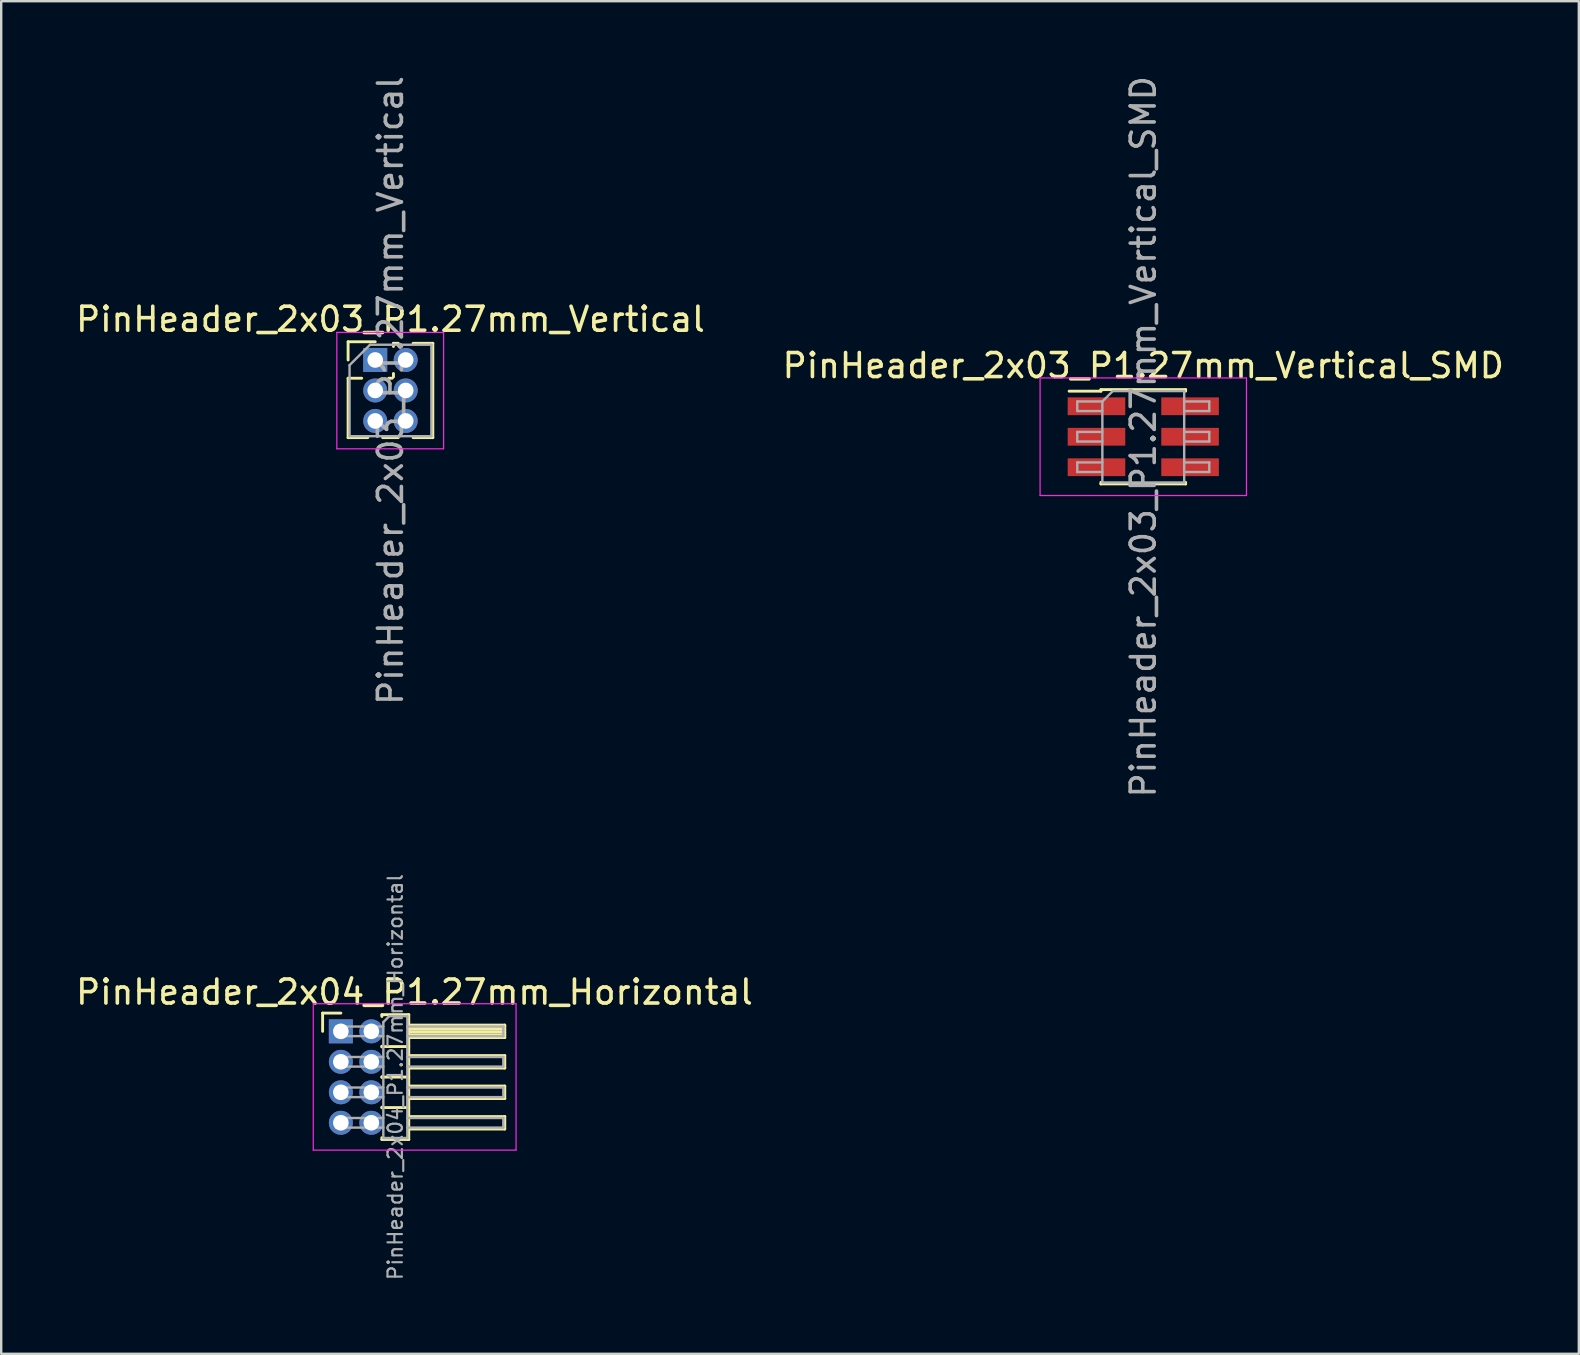
<source format=kicad_pcb>
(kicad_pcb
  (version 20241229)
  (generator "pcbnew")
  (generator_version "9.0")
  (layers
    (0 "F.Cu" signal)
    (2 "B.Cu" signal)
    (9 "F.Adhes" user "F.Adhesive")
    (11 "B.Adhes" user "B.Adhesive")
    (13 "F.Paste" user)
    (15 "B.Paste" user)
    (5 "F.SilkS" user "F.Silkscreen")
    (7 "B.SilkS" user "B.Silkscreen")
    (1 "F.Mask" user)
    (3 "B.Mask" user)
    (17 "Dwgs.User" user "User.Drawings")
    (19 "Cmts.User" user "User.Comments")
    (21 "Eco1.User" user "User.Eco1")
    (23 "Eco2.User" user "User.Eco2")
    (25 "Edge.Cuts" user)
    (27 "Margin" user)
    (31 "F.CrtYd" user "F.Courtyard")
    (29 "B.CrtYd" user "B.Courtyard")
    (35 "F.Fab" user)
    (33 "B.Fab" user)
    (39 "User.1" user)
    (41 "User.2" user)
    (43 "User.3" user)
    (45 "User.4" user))
  (footprint "PinHeader_2x03_P1.27mm_Vertical_SMD"
    (layer "F.Cu")
    (at 44.589 15.149)
    (property "Reference" "PinHeader_2x03_P1.27mm_Vertical_SMD" (at 0 -2.965 0) (layer "F.SilkS") (effects (font (size 1 1) (thickness 0.15))))
    (attr smd)
    (fp_line (start -3.09 -1.9) (end -1.765 -1.9) (stroke (width 0.12) (type solid)) (layer "F.SilkS"))
    (fp_line (start -1.765 -1.965) (end -1.765 -1.9) (stroke (width 0.12) (type solid)) (layer "F.SilkS"))
    (fp_line (start -1.765 -1.965) (end 1.765 -1.965) (stroke (width 0.12) (type solid)) (layer "F.SilkS"))
    (fp_line (start -1.765 1.9) (end -1.765 1.965) (stroke (width 0.12) (type solid)) (layer "F.SilkS"))
    (fp_line (start -1.765 1.965) (end 1.765 1.965) (stroke (width 0.12) (type solid)) (layer "F.SilkS"))
    (fp_line (start 1.765 -1.965) (end 1.765 -1.9) (stroke (width 0.12) (type solid)) (layer "F.SilkS"))
    (fp_line (start 1.765 1.9) (end 1.765 1.965) (stroke (width 0.12) (type solid)) (layer "F.SilkS"))
    (fp_line (start -4.3 -2.45) (end -4.3 2.45) (stroke (width 0.05) (type solid)) (layer "F.CrtYd"))
    (fp_line (start -4.3 2.45) (end 4.3 2.45) (stroke (width 0.05) (type solid)) (layer "F.CrtYd"))
    (fp_line (start 4.3 -2.45) (end -4.3 -2.45) (stroke (width 0.05) (type solid)) (layer "F.CrtYd"))
    (fp_line (start 4.3 2.45) (end 4.3 -2.45) (stroke (width 0.05) (type solid)) (layer "F.CrtYd"))
    (fp_line (start -2.75 -1.47) (end -2.75 -1.07) (stroke (width 0.1) (type solid)) (layer "F.Fab"))
    (fp_line (start -2.75 -1.07) (end -1.705 -1.07) (stroke (width 0.1) (type solid)) (layer "F.Fab"))
    (fp_line (start -2.75 -0.2) (end -2.75 0.2) (stroke (width 0.1) (type solid)) (layer "F.Fab"))
    (fp_line (start -2.75 0.2) (end -1.705 0.2) (stroke (width 0.1) (type solid)) (layer "F.Fab"))
    (fp_line (start -2.75 1.07) (end -2.75 1.47) (stroke (width 0.1) (type solid)) (layer "F.Fab"))
    (fp_line (start -2.75 1.47) (end -1.705 1.47) (stroke (width 0.1) (type solid)) (layer "F.Fab"))
    (fp_line (start -1.705 -1.47) (end -2.75 -1.47) (stroke (width 0.1) (type solid)) (layer "F.Fab"))
    (fp_line (start -1.705 -1.47) (end -1.27 -1.905) (stroke (width 0.1) (type solid)) (layer "F.Fab"))
    (fp_line (start -1.705 -0.2) (end -2.75 -0.2) (stroke (width 0.1) (type solid)) (layer "F.Fab"))
    (fp_line (start -1.705 1.07) (end -2.75 1.07) (stroke (width 0.1) (type solid)) (layer "F.Fab"))
    (fp_line (start -1.705 1.905) (end -1.705 -1.47) (stroke (width 0.1) (type solid)) (layer "F.Fab"))
    (fp_line (start -1.27 -1.905) (end 1.705 -1.905) (stroke (width 0.1) (type solid)) (layer "F.Fab"))
    (fp_line (start 1.705 -1.905) (end 1.705 1.905) (stroke (width 0.1) (type solid)) (layer "F.Fab"))
    (fp_line (start 1.705 -1.47) (end 2.75 -1.47) (stroke (width 0.1) (type solid)) (layer "F.Fab"))
    (fp_line (start 1.705 -0.2) (end 2.75 -0.2) (stroke (width 0.1) (type solid)) (layer "F.Fab"))
    (fp_line (start 1.705 1.07) (end 2.75 1.07) (stroke (width 0.1) (type solid)) (layer "F.Fab"))
    (fp_line (start 1.705 1.905) (end -1.705 1.905) (stroke (width 0.1) (type solid)) (layer "F.Fab"))
    (fp_line (start 2.75 -1.47) (end 2.75 -1.07) (stroke (width 0.1) (type solid)) (layer "F.Fab"))
    (fp_line (start 2.75 -1.07) (end 1.705 -1.07) (stroke (width 0.1) (type solid)) (layer "F.Fab"))
    (fp_line (start 2.75 -0.2) (end 2.75 0.2) (stroke (width 0.1) (type solid)) (layer "F.Fab"))
    (fp_line (start 2.75 0.2) (end 1.705 0.2) (stroke (width 0.1) (type solid)) (layer "F.Fab"))
    (fp_line (start 2.75 1.07) (end 2.75 1.47) (stroke (width 0.1) (type solid)) (layer "F.Fab"))
    (fp_line (start 2.75 1.47) (end 1.705 1.47) (stroke (width 0.1) (type solid)) (layer "F.Fab"))
    (fp_text user "${REFERENCE}" (at 0 0 90) (layer "F.Fab") (effects (font (size 1 1) (thickness 0.15))))
    (pad "1" smd rect (at -1.95 -1.27) (size 2.4 0.74) (layers "F.Cu" "F.Mask" "F.Paste"))
    (pad "2" smd rect (at 1.95 -1.27) (size 2.4 0.74) (layers "F.Cu" "F.Mask" "F.Paste"))
    (pad "3" smd rect (at -1.95 0) (size 2.4 0.74) (layers "F.Cu" "F.Mask" "F.Paste"))
    (pad "4" smd rect (at 1.95 0) (size 2.4 0.74) (layers "F.Cu" "F.Mask" "F.Paste"))
    (pad "5" smd rect (at -1.95 1.27) (size 2.4 0.74) (layers "F.Cu" "F.Mask" "F.Paste"))
    (pad "6" smd rect (at 1.95 1.27) (size 2.4 0.74) (layers "F.Cu" "F.Mask" "F.Paste")))
  (footprint "PinHeader_2x04_P1.27mm_Horizontal"
    (layer "F.Cu")
    (at 11.153 39.925)
    (property "Reference" "PinHeader_2x04_P1.27mm_Horizontal" (at 3.067 -1.635 0) (layer "F.SilkS") (effects (font (size 1 1) (thickness 0.15))))
    (attr through_hole)
    (fp_line (start -0.76 -0.76) (end 0 -0.76) (stroke (width 0.12) (type solid)) (layer "F.SilkS"))
    (fp_line (start -0.76 0) (end -0.76 -0.76) (stroke (width 0.12) (type solid)) (layer "F.SilkS"))
    (fp_line (start 1.71 -0.695) (end 2.83 -0.695) (stroke (width 0.12) (type solid)) (layer "F.SilkS"))
    (fp_line (start 1.71 -0.62) (end 1.71 -0.695) (stroke (width 0.12) (type solid)) (layer "F.SilkS"))
    (fp_line (start 1.71 0.62) (end 1.71 0.65) (stroke (width 0.12) (type solid)) (layer "F.SilkS"))
    (fp_line (start 1.71 0.635) (end 2.83 0.635) (stroke (width 0.12) (type solid)) (layer "F.SilkS"))
    (fp_line (start 1.71 1.89) (end 1.71 1.92) (stroke (width 0.12) (type solid)) (layer "F.SilkS"))
    (fp_line (start 1.71 1.905) (end 2.83 1.905) (stroke (width 0.12) (type solid)) (layer "F.SilkS"))
    (fp_line (start 1.71 3.16) (end 1.71 3.19) (stroke (width 0.12) (type solid)) (layer "F.SilkS"))
    (fp_line (start 1.71 3.175) (end 2.83 3.175) (stroke (width 0.12) (type solid)) (layer "F.SilkS"))
    (fp_line (start 1.71 4.505) (end 1.71 4.43) (stroke (width 0.12) (type solid)) (layer "F.SilkS"))
    (fp_line (start 2.83 -0.695) (end 2.83 4.505) (stroke (width 0.12) (type solid)) (layer "F.SilkS"))
    (fp_line (start 2.83 -0.26) (end 6.83 -0.26) (stroke (width 0.12) (type solid)) (layer "F.SilkS"))
    (fp_line (start 2.83 -0.2) (end 6.83 -0.2) (stroke (width 0.12) (type solid)) (layer "F.SilkS"))
    (fp_line (start 2.83 -0.08) (end 6.83 -0.08) (stroke (width 0.12) (type solid)) (layer "F.SilkS"))
    (fp_line (start 2.83 0.04) (end 6.83 0.04) (stroke (width 0.12) (type solid)) (layer "F.SilkS"))
    (fp_line (start 2.83 0.16) (end 6.83 0.16) (stroke (width 0.12) (type solid)) (layer "F.SilkS"))
    (fp_line (start 2.83 1.01) (end 6.83 1.01) (stroke (width 0.12) (type solid)) (layer "F.SilkS"))
    (fp_line (start 2.83 2.28) (end 6.83 2.28) (stroke (width 0.12) (type solid)) (layer "F.SilkS"))
    (fp_line (start 2.83 3.55) (end 6.83 3.55) (stroke (width 0.12) (type solid)) (layer "F.SilkS"))
    (fp_line (start 2.83 4.505) (end 1.71 4.505) (stroke (width 0.12) (type solid)) (layer "F.SilkS"))
    (fp_line (start 6.83 -0.26) (end 6.83 0.26) (stroke (width 0.12) (type solid)) (layer "F.SilkS"))
    (fp_line (start 6.83 0.26) (end 2.83 0.26) (stroke (width 0.12) (type solid)) (layer "F.SilkS"))
    (fp_line (start 6.83 1.01) (end 6.83 1.53) (stroke (width 0.12) (type solid)) (layer "F.SilkS"))
    (fp_line (start 6.83 1.53) (end 2.83 1.53) (stroke (width 0.12) (type solid)) (layer "F.SilkS"))
    (fp_line (start 6.83 2.28) (end 6.83 2.8) (stroke (width 0.12) (type solid)) (layer "F.SilkS"))
    (fp_line (start 6.83 2.8) (end 2.83 2.8) (stroke (width 0.12) (type solid)) (layer "F.SilkS"))
    (fp_line (start 6.83 3.55) (end 6.83 4.07) (stroke (width 0.12) (type solid)) (layer "F.SilkS"))
    (fp_line (start 6.83 4.07) (end 2.83 4.07) (stroke (width 0.12) (type solid)) (layer "F.SilkS"))
    (fp_line (start -1.15 -1.15) (end -1.15 4.95) (stroke (width 0.05) (type solid)) (layer "F.CrtYd"))
    (fp_line (start -1.15 4.95) (end 7.3 4.95) (stroke (width 0.05) (type solid)) (layer "F.CrtYd"))
    (fp_line (start 7.3 -1.15) (end -1.15 -1.15) (stroke (width 0.05) (type solid)) (layer "F.CrtYd"))
    (fp_line (start 7.3 4.95) (end 7.3 -1.15) (stroke (width 0.05) (type solid)) (layer "F.CrtYd"))
    (fp_line (start -0.2 -0.2) (end -0.2 0.2) (stroke (width 0.1) (type solid)) (layer "F.Fab"))
    (fp_line (start -0.2 -0.2) (end 1.77 -0.2) (stroke (width 0.1) (type solid)) (layer "F.Fab"))
    (fp_line (start -0.2 0.2) (end 1.77 0.2) (stroke (width 0.1) (type solid)) (layer "F.Fab"))
    (fp_line (start -0.2 1.07) (end -0.2 1.47) (stroke (width 0.1) (type solid)) (layer "F.Fab"))
    (fp_line (start -0.2 1.07) (end 1.77 1.07) (stroke (width 0.1) (type solid)) (layer "F.Fab"))
    (fp_line (start -0.2 1.47) (end 1.77 1.47) (stroke (width 0.1) (type solid)) (layer "F.Fab"))
    (fp_line (start -0.2 2.34) (end -0.2 2.74) (stroke (width 0.1) (type solid)) (layer "F.Fab"))
    (fp_line (start -0.2 2.34) (end 1.77 2.34) (stroke (width 0.1) (type solid)) (layer "F.Fab"))
    (fp_line (start -0.2 2.74) (end 1.77 2.74) (stroke (width 0.1) (type solid)) (layer "F.Fab"))
    (fp_line (start -0.2 3.61) (end -0.2 4.01) (stroke (width 0.1) (type solid)) (layer "F.Fab"))
    (fp_line (start -0.2 3.61) (end 1.77 3.61) (stroke (width 0.1) (type solid)) (layer "F.Fab"))
    (fp_line (start -0.2 4.01) (end 1.77 4.01) (stroke (width 0.1) (type solid)) (layer "F.Fab"))
    (fp_line (start 1.77 -0.385) (end 2.02 -0.635) (stroke (width 0.1) (type solid)) (layer "F.Fab"))
    (fp_line (start 1.77 4.445) (end 1.77 -0.385) (stroke (width 0.1) (type solid)) (layer "F.Fab"))
    (fp_line (start 2.02 -0.635) (end 2.77 -0.635) (stroke (width 0.1) (type solid)) (layer "F.Fab"))
    (fp_line (start 2.77 -0.635) (end 2.77 4.445) (stroke (width 0.1) (type solid)) (layer "F.Fab"))
    (fp_line (start 2.77 -0.2) (end 6.77 -0.2) (stroke (width 0.1) (type solid)) (layer "F.Fab"))
    (fp_line (start 2.77 0.2) (end 6.77 0.2) (stroke (width 0.1) (type solid)) (layer "F.Fab"))
    (fp_line (start 2.77 1.07) (end 6.77 1.07) (stroke (width 0.1) (type solid)) (layer "F.Fab"))
    (fp_line (start 2.77 1.47) (end 6.77 1.47) (stroke (width 0.1) (type solid)) (layer "F.Fab"))
    (fp_line (start 2.77 2.34) (end 6.77 2.34) (stroke (width 0.1) (type solid)) (layer "F.Fab"))
    (fp_line (start 2.77 2.74) (end 6.77 2.74) (stroke (width 0.1) (type solid)) (layer "F.Fab"))
    (fp_line (start 2.77 3.61) (end 6.77 3.61) (stroke (width 0.1) (type solid)) (layer "F.Fab"))
    (fp_line (start 2.77 4.01) (end 6.77 4.01) (stroke (width 0.1) (type solid)) (layer "F.Fab"))
    (fp_line (start 2.77 4.445) (end 1.77 4.445) (stroke (width 0.1) (type solid)) (layer "F.Fab"))
    (fp_line (start 6.77 -0.2) (end 6.77 0.2) (stroke (width 0.1) (type solid)) (layer "F.Fab"))
    (fp_line (start 6.77 1.07) (end 6.77 1.47) (stroke (width 0.1) (type solid)) (layer "F.Fab"))
    (fp_line (start 6.77 2.34) (end 6.77 2.74) (stroke (width 0.1) (type solid)) (layer "F.Fab"))
    (fp_line (start 6.77 3.61) (end 6.77 4.01) (stroke (width 0.1) (type solid)) (layer "F.Fab"))
    (fp_text user "${REFERENCE}" (at 2.27 1.905 90) (layer "F.Fab") (effects (font (size 0.6 0.6) (thickness 0.09))))
    (pad "1" thru_hole rect (at 0 0) (size 1 1) (drill 0.65) (layers "*.Cu" "*.Mask"))
    (pad "2" thru_hole oval (at 1.27 0) (size 1 1) (drill 0.65) (layers "*.Cu" "*.Mask"))
    (pad "3" thru_hole oval (at 0 1.27) (size 1 1) (drill 0.65) (layers "*.Cu" "*.Mask"))
    (pad "4" thru_hole oval (at 1.27 1.27) (size 1 1) (drill 0.65) (layers "*.Cu" "*.Mask"))
    (pad "5" thru_hole oval (at 0 2.54) (size 1 1) (drill 0.65) (layers "*.Cu" "*.Mask"))
    (pad "6" thru_hole oval (at 1.27 2.54) (size 1 1) (drill 0.65) (layers "*.Cu" "*.Mask"))
    (pad "7" thru_hole oval (at 0 3.81) (size 1 1) (drill 0.65) (layers "*.Cu" "*.Mask"))
    (pad "8" thru_hole oval (at 1.27 3.81) (size 1 1) (drill 0.65) (layers "*.Cu" "*.Mask")))
  (footprint "PinHeader_2x03_P1.27mm_Vertical"
    (layer "F.Cu")
    (at 12.585 11.95)
    (property "Reference" "PinHeader_2x03_P1.27mm_Vertical" (at 0.635 -1.695 0) (layer "F.SilkS") (effects (font (size 1 1) (thickness 0.15))))
    (attr through_hole)
    (fp_line (start -1.13 -0.76) (end 0 -0.76) (stroke (width 0.12) (type solid)) (layer "F.SilkS"))
    (fp_line (start -1.13 0) (end -1.13 -0.76) (stroke (width 0.12) (type solid)) (layer "F.SilkS"))
    (fp_line (start -1.13 0.76) (end -1.13 3.235) (stroke (width 0.12) (type solid)) (layer "F.SilkS"))
    (fp_line (start -1.13 0.76) (end -0.563 0.76) (stroke (width 0.12) (type solid)) (layer "F.SilkS"))
    (fp_line (start -1.13 3.235) (end -0.308 3.235) (stroke (width 0.12) (type solid)) (layer "F.SilkS"))
    (fp_line (start 0.308 3.235) (end 0.962 3.235) (stroke (width 0.12) (type solid)) (layer "F.SilkS"))
    (fp_line (start 0.563 0.76) (end 0.707 0.76) (stroke (width 0.12) (type solid)) (layer "F.SilkS"))
    (fp_line (start 0.76 -0.695) (end 0.962 -0.695) (stroke (width 0.12) (type solid)) (layer "F.SilkS"))
    (fp_line (start 0.76 -0.563) (end 0.76 -0.695) (stroke (width 0.12) (type solid)) (layer "F.SilkS"))
    (fp_line (start 0.76 0.707) (end 0.76 0.563) (stroke (width 0.12) (type solid)) (layer "F.SilkS"))
    (fp_line (start 1.578 -0.695) (end 2.4 -0.695) (stroke (width 0.12) (type solid)) (layer "F.SilkS"))
    (fp_line (start 1.578 3.235) (end 2.4 3.235) (stroke (width 0.12) (type solid)) (layer "F.SilkS"))
    (fp_line (start 2.4 -0.695) (end 2.4 3.235) (stroke (width 0.12) (type solid)) (layer "F.SilkS"))
    (fp_line (start -1.6 -1.15) (end -1.6 3.7) (stroke (width 0.05) (type solid)) (layer "F.CrtYd"))
    (fp_line (start -1.6 3.7) (end 2.85 3.7) (stroke (width 0.05) (type solid)) (layer "F.CrtYd"))
    (fp_line (start 2.85 -1.15) (end -1.6 -1.15) (stroke (width 0.05) (type solid)) (layer "F.CrtYd"))
    (fp_line (start 2.85 3.7) (end 2.85 -1.15) (stroke (width 0.05) (type solid)) (layer "F.CrtYd"))
    (fp_line (start -1.07 0.217) (end -0.217 -0.635) (stroke (width 0.1) (type solid)) (layer "F.Fab"))
    (fp_line (start -1.07 3.175) (end -1.07 0.217) (stroke (width 0.1) (type solid)) (layer "F.Fab"))
    (fp_line (start -0.217 -0.635) (end 2.34 -0.635) (stroke (width 0.1) (type solid)) (layer "F.Fab"))
    (fp_line (start 2.34 -0.635) (end 2.34 3.175) (stroke (width 0.1) (type solid)) (layer "F.Fab"))
    (fp_line (start 2.34 3.175) (end -1.07 3.175) (stroke (width 0.1) (type solid)) (layer "F.Fab"))
    (fp_text user "${REFERENCE}" (at 0.635 1.27 90) (layer "F.Fab") (effects (font (size 1 1) (thickness 0.15))))
    (pad "1" thru_hole rect (at 0 0) (size 1 1) (drill 0.65) (layers "*.Cu" "*.Mask"))
    (pad "2" thru_hole oval (at 1.27 0) (size 1 1) (drill 0.65) (layers "*.Cu" "*.Mask"))
    (pad "3" thru_hole oval (at 0 1.27) (size 1 1) (drill 0.65) (layers "*.Cu" "*.Mask"))
    (pad "4" thru_hole oval (at 1.27 1.27) (size 1 1) (drill 0.65) (layers "*.Cu" "*.Mask"))
    (pad "5" thru_hole oval (at 0 2.54) (size 1 1) (drill 0.65) (layers "*.Cu" "*.Mask"))
    (pad "6" thru_hole oval (at 1.27 2.54) (size 1 1) (drill 0.65) (layers "*.Cu" "*.Mask")))
  (gr_rect
    (start -3 -3)
    (end 62.738 53.362)
    (stroke (width 0.1) (type default))
    (fill no)
    (layer "Edge.Cuts")))
</source>
